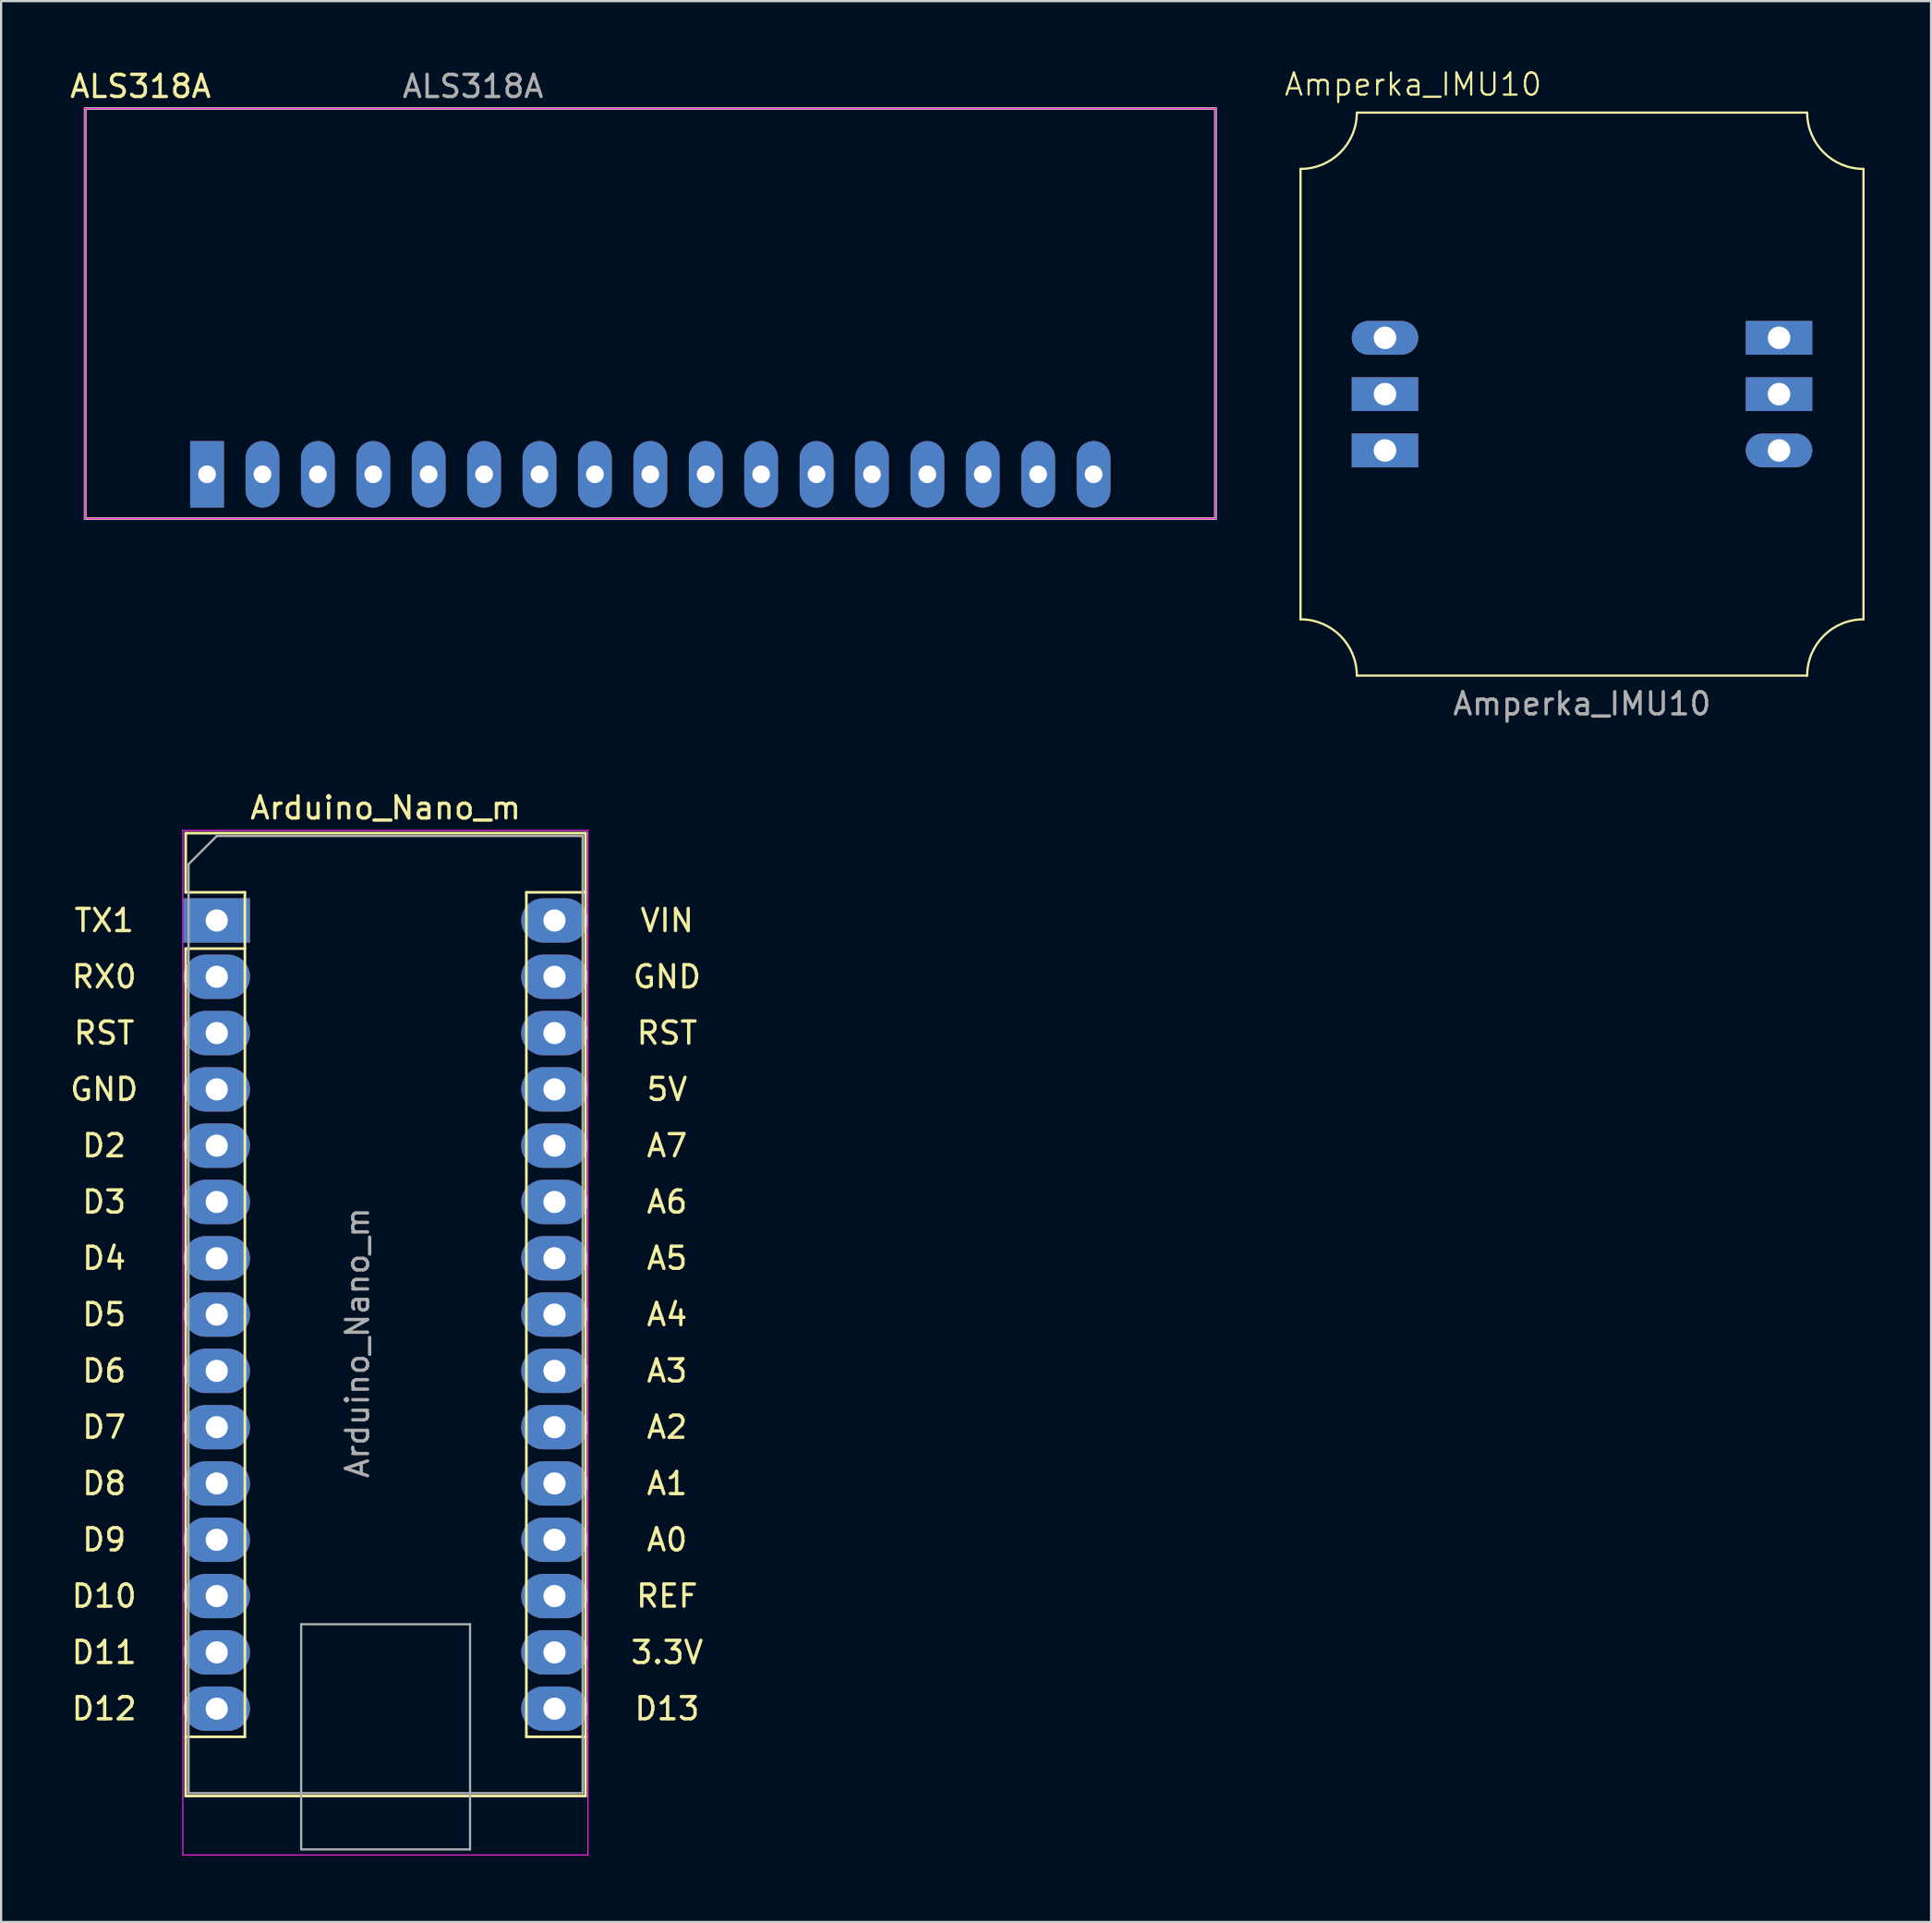
<source format=kicad_pcb>
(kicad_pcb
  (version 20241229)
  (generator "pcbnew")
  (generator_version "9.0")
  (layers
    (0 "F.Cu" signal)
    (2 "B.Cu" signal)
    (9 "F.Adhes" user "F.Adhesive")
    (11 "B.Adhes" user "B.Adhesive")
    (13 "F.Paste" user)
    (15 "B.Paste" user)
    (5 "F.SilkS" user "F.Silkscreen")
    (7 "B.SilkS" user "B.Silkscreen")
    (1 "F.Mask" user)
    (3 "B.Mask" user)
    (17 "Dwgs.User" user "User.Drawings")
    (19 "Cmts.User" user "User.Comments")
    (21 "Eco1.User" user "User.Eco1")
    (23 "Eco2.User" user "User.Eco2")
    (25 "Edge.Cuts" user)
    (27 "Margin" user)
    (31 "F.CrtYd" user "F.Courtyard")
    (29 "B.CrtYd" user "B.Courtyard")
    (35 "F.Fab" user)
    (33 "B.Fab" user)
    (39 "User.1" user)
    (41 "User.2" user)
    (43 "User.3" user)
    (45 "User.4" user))
  (footprint "Arduino_Nano_m"
    (layer "F.Cu")
    (at 6.729 38.477)
    (property "Reference" "Arduino_Nano_m" (at 7.62 -5.08 0) (layer "F.SilkS") (effects (font (size 1 1) (thickness 0.15))))
    (attr through_hole)
    (fp_line (start -1.4 -3.94) (end -1.4 -1.27) (stroke (width 0.12) (type solid)) (layer "F.SilkS"))
    (fp_line (start -1.4 1.27) (end -1.4 39.5) (stroke (width 0.12) (type solid)) (layer "F.SilkS"))
    (fp_line (start -1.4 39.5) (end 16.64 39.5) (stroke (width 0.12) (type solid)) (layer "F.SilkS"))
    (fp_line (start 1.27 -1.27) (end -1.4 -1.27) (stroke (width 0.12) (type solid)) (layer "F.SilkS"))
    (fp_line (start 1.27 1.27) (end -1.4 1.27) (stroke (width 0.12) (type solid)) (layer "F.SilkS"))
    (fp_line (start 1.27 1.27) (end 1.27 -1.27) (stroke (width 0.12) (type solid)) (layer "F.SilkS"))
    (fp_line (start 1.27 1.27) (end 1.27 36.83) (stroke (width 0.12) (type solid)) (layer "F.SilkS"))
    (fp_line (start 1.27 36.83) (end -1.4 36.83) (stroke (width 0.12) (type solid)) (layer "F.SilkS"))
    (fp_line (start 13.97 -1.27) (end 13.97 36.83) (stroke (width 0.12) (type solid)) (layer "F.SilkS"))
    (fp_line (start 13.97 -1.27) (end 16.64 -1.27) (stroke (width 0.12) (type solid)) (layer "F.SilkS"))
    (fp_line (start 13.97 36.83) (end 16.64 36.83) (stroke (width 0.12) (type solid)) (layer "F.SilkS"))
    (fp_line (start 16.64 -3.94) (end -1.4 -3.94) (stroke (width 0.12) (type solid)) (layer "F.SilkS"))
    (fp_line (start 16.64 39.5) (end 16.64 -3.94) (stroke (width 0.12) (type solid)) (layer "F.SilkS"))
    (fp_line (start -1.53 -4.06) (end -1.53 42.16) (stroke (width 0.05) (type solid)) (layer "F.CrtYd"))
    (fp_line (start -1.53 -4.06) (end 16.75 -4.06) (stroke (width 0.05) (type solid)) (layer "F.CrtYd"))
    (fp_line (start 16.75 42.16) (end -1.53 42.16) (stroke (width 0.05) (type solid)) (layer "F.CrtYd"))
    (fp_line (start 16.75 42.16) (end 16.75 -4.06) (stroke (width 0.05) (type solid)) (layer "F.CrtYd"))
    (fp_line (start -1.27 -2.54) (end 0 -3.81) (stroke (width 0.1) (type solid)) (layer "F.Fab"))
    (fp_line (start -1.27 39.37) (end -1.27 -2.54) (stroke (width 0.1) (type solid)) (layer "F.Fab"))
    (fp_line (start 0 -3.81) (end 16.51 -3.81) (stroke (width 0.1) (type solid)) (layer "F.Fab"))
    (fp_line (start 3.81 31.75) (end 11.43 31.75) (stroke (width 0.1) (type solid)) (layer "F.Fab"))
    (fp_line (start 3.81 41.91) (end 3.81 31.75) (stroke (width 0.1) (type solid)) (layer "F.Fab"))
    (fp_line (start 11.43 31.75) (end 11.43 41.91) (stroke (width 0.1) (type solid)) (layer "F.Fab"))
    (fp_line (start 11.43 41.91) (end 3.81 41.91) (stroke (width 0.1) (type solid)) (layer "F.Fab"))
    (fp_line (start 16.51 -3.81) (end 16.51 39.37) (stroke (width 0.1) (type solid)) (layer "F.Fab"))
    (fp_line (start 16.51 39.37) (end -1.27 39.37) (stroke (width 0.1) (type solid)) (layer "F.Fab"))
    (fp_text user "D7" (at -5.08 22.86 0) (layer "F.SilkS") (effects (font (size 1 1) (thickness 0.15))))
    (fp_text user "D6" (at -5.08 20.32 0) (layer "F.SilkS") (effects (font (size 1 1) (thickness 0.15))))
    (fp_text user "5V" (at 20.32 7.62 0) (layer "F.SilkS") (effects (font (size 1 1) (thickness 0.15))))
    (fp_text user "A5" (at 20.32 15.24 0) (layer "F.SilkS") (effects (font (size 1 1) (thickness 0.15))))
    (fp_text user "RST" (at 20.32 5.08 0) (layer "F.SilkS") (effects (font (size 1 1) (thickness 0.15))))
    (fp_text user "RST" (at -5.08 5.08 0) (layer "F.SilkS") (effects (font (size 1 1) (thickness 0.15))))
    (fp_text user "REF" (at 20.32 30.48 0) (layer "F.SilkS") (effects (font (size 1 1) (thickness 0.15))))
    (fp_text user "D4" (at -5.08 15.24 0) (layer "F.SilkS") (effects (font (size 1 1) (thickness 0.15))))
    (fp_text user "A2" (at 20.32 22.86 0) (layer "F.SilkS") (effects (font (size 1 1) (thickness 0.15))))
    (fp_text user "VIN" (at 20.32 0 0) (layer "F.SilkS") (effects (font (size 1 1) (thickness 0.15))))
    (fp_text user "A3" (at 20.32 20.32 0) (layer "F.SilkS") (effects (font (size 1 1) (thickness 0.15))))
    (fp_text user "A6" (at 20.32 12.7 0) (layer "F.SilkS") (effects (font (size 1 1) (thickness 0.15))))
    (fp_text user "GND" (at -5.08 7.62 0) (layer "F.SilkS") (effects (font (size 1 1) (thickness 0.15))))
    (fp_text user "TX1" (at -5.08 0 0) (layer "F.SilkS") (effects (font (size 1 1) (thickness 0.15))))
    (fp_text user "D12" (at -5.08 35.56 0) (layer "F.SilkS") (effects (font (size 1 1) (thickness 0.15))))
    (fp_text user "D8" (at -5.08 25.4 0) (layer "F.SilkS") (effects (font (size 1 1) (thickness 0.15))))
    (fp_text user "RX0" (at -5.08 2.54 0) (layer "F.SilkS") (effects (font (size 1 1) (thickness 0.15))))
    (fp_text user "D5" (at -5.08 17.78 0) (layer "F.SilkS") (effects (font (size 1 1) (thickness 0.15))))
    (fp_text user "D3" (at -5.08 12.7 0) (layer "F.SilkS") (effects (font (size 1 1) (thickness 0.15))))
    (fp_text user "A1" (at 20.32 25.4 0) (layer "F.SilkS") (effects (font (size 1 1) (thickness 0.15))))
    (fp_text user "D11" (at -5.08 33.02 0) (layer "F.SilkS") (effects (font (size 1 1) (thickness 0.15))))
    (fp_text user "3.3V" (at 20.32 33.02 0) (layer "F.SilkS") (effects (font (size 1 1) (thickness 0.15))))
    (fp_text user "D13" (at 20.32 35.56 0) (layer "F.SilkS") (effects (font (size 1 1) (thickness 0.15))))
    (fp_text user "D2" (at -5.08 10.16 0) (layer "F.SilkS") (effects (font (size 1 1) (thickness 0.15))))
    (fp_text user "A0" (at 20.32 27.94 0) (layer "F.SilkS") (effects (font (size 1 1) (thickness 0.15))))
    (fp_text user "GND" (at 20.32 2.54 0) (layer "F.SilkS") (effects (font (size 1 1) (thickness 0.15))))
    (fp_text user "A4" (at 20.32 17.78 0) (layer "F.SilkS") (effects (font (size 1 1) (thickness 0.15))))
    (fp_text user "D9" (at -5.08 27.94 0) (layer "F.SilkS") (effects (font (size 1 1) (thickness 0.15))))
    (fp_text user "A7" (at 20.32 10.16 0) (layer "F.SilkS") (effects (font (size 1 1) (thickness 0.15))))
    (fp_text user "D10" (at -5.08 30.48 0) (layer "F.SilkS") (effects (font (size 1 1) (thickness 0.15))))
    (fp_text user "${REFERENCE}" (at 6.35 19.05 90) (layer "F.Fab") (effects (font (size 1 1) (thickness 0.15))))
    (pad "1" thru_hole rect (at 0 0) (size 3 2) (drill 1) (layers "*.Cu" "*.Mask"))
    (pad "2" thru_hole oval (at 0 2.54) (size 3 2) (drill 1) (layers "*.Cu" "*.Mask"))
    (pad "3" thru_hole oval (at 0 5.08) (size 3 2) (drill 1) (layers "*.Cu" "*.Mask"))
    (pad "4" thru_hole oval (at 0 7.62) (size 3 2) (drill 1) (layers "*.Cu" "*.Mask"))
    (pad "5" thru_hole oval (at 0 10.16) (size 3 2) (drill 1) (layers "*.Cu" "*.Mask"))
    (pad "6" thru_hole oval (at 0 12.7) (size 3 2) (drill 1) (layers "*.Cu" "*.Mask"))
    (pad "7" thru_hole oval (at 0 15.24) (size 3 2) (drill 1) (layers "*.Cu" "*.Mask"))
    (pad "8" thru_hole oval (at 0 17.78) (size 3 2) (drill 1) (layers "*.Cu" "*.Mask"))
    (pad "9" thru_hole oval (at 0 20.32) (size 3 2) (drill 1) (layers "*.Cu" "*.Mask"))
    (pad "10" thru_hole oval (at 0 22.86) (size 3 2) (drill 1) (layers "*.Cu" "*.Mask"))
    (pad "11" thru_hole oval (at 0 25.4) (size 3 2) (drill 1) (layers "*.Cu" "*.Mask"))
    (pad "12" thru_hole oval (at 0 27.94) (size 3 2) (drill 1) (layers "*.Cu" "*.Mask"))
    (pad "13" thru_hole oval (at 0 30.48) (size 3 2) (drill 1) (layers "*.Cu" "*.Mask"))
    (pad "14" thru_hole oval (at 0 33.02) (size 3 2) (drill 1) (layers "*.Cu" "*.Mask"))
    (pad "15" thru_hole oval (at 0 35.56) (size 3 2) (drill 1) (layers "*.Cu" "*.Mask"))
    (pad "16" thru_hole oval (at 15.24 35.56) (size 3 2) (drill 1) (layers "*.Cu" "*.Mask"))
    (pad "17" thru_hole oval (at 15.24 33.02) (size 3 2) (drill 1) (layers "*.Cu" "*.Mask"))
    (pad "18" thru_hole oval (at 15.24 30.48) (size 3 2) (drill 1) (layers "*.Cu" "*.Mask"))
    (pad "19" thru_hole oval (at 15.24 27.94) (size 3 2) (drill 1) (layers "*.Cu" "*.Mask"))
    (pad "20" thru_hole oval (at 15.24 25.4) (size 3 2) (drill 1) (layers "*.Cu" "*.Mask"))
    (pad "21" thru_hole oval (at 15.24 22.86) (size 3 2) (drill 1) (layers "*.Cu" "*.Mask"))
    (pad "22" thru_hole oval (at 15.24 20.32) (size 3 2) (drill 1) (layers "*.Cu" "*.Mask"))
    (pad "23" thru_hole oval (at 15.24 17.78) (size 3 2) (drill 1) (layers "*.Cu" "*.Mask"))
    (pad "24" thru_hole oval (at 15.24 15.24) (size 3 2) (drill 1) (layers "*.Cu" "*.Mask"))
    (pad "25" thru_hole oval (at 15.24 12.7) (size 3 2) (drill 1) (layers "*.Cu" "*.Mask"))
    (pad "26" thru_hole oval (at 15.24 10.16) (size 3 2) (drill 1) (layers "*.Cu" "*.Mask"))
    (pad "27" thru_hole oval (at 15.24 7.62) (size 3 2) (drill 1) (layers "*.Cu" "*.Mask"))
    (pad "28" thru_hole oval (at 15.24 5.08) (size 3 2) (drill 1) (layers "*.Cu" "*.Mask"))
    (pad "29" thru_hole oval (at 15.24 2.54) (size 3 2) (drill 1) (layers "*.Cu" "*.Mask"))
    (pad "30" thru_hole oval (at 15.24 0) (size 3 2) (drill 1) (layers "*.Cu" "*.Mask")))
  (footprint "ALS318A"
    (layer "F.Cu")
    (at 6.292 18.348)
    (property "Reference" "ALS318A" (at -3 -17.5 0) (unlocked yes) (layer "F.SilkS") (effects (font (size 1 1) (thickness 0.15))))
    (attr through_hole)
    (fp_line (start -5.5 -16.5) (end 45.5 -16.5) (stroke (width 0.12) (type solid)) (layer "F.SilkS"))
    (fp_line (start -5.5 2) (end -5.5 -16.5) (stroke (width 0.12) (type solid)) (layer "F.SilkS"))
    (fp_line (start 45.5 -16.5) (end 45.5 2) (stroke (width 0.12) (type solid)) (layer "F.SilkS"))
    (fp_line (start 45.5 2) (end -5.5 2) (stroke (width 0.12) (type solid)) (layer "F.SilkS"))
    (fp_line (start -5.5 -16.5) (end 45.5 -16.5) (stroke (width 0.05) (type solid)) (layer "F.CrtYd"))
    (fp_line (start -5.5 2) (end -5.5 -16.5) (stroke (width 0.05) (type solid)) (layer "F.CrtYd"))
    (fp_line (start 45.5 -16.5) (end 45.5 2) (stroke (width 0.05) (type solid)) (layer "F.CrtYd"))
    (fp_line (start 45.5 2) (end -5.5 2) (stroke (width 0.05) (type solid)) (layer "F.CrtYd"))
    (fp_line (start -5.5 -16.5) (end -5.5 2) (stroke (width 0.1) (type solid)) (layer "F.Fab"))
    (fp_line (start -5.5 2) (end 45.5 2) (stroke (width 0.1) (type solid)) (layer "F.Fab"))
    (fp_line (start 45.5 -16.5) (end -5.5 -16.5) (stroke (width 0.1) (type solid)) (layer "F.Fab"))
    (fp_line (start 45.5 2) (end 45.5 -16.5) (stroke (width 0.1) (type solid)) (layer "F.Fab"))
    (fp_text user "${REFERENCE}" (at 12 -17.5 0) (unlocked yes) (layer "F.Fab") (effects (font (size 1 1) (thickness 0.15))))
    (pad "1" thru_hole rect (at 0 0) (size 1.524 3) (drill 0.8) (layers "*.Cu" "*.Mask"))
    (pad "2" thru_hole oval (at 2.5 0) (size 1.524 3) (drill 0.8) (layers "*.Cu" "*.Mask"))
    (pad "3" thru_hole oval (at 5 0) (size 1.524 3) (drill 0.8) (layers "*.Cu" "*.Mask"))
    (pad "4" thru_hole oval (at 7.5 0) (size 1.524 3) (drill 0.8) (layers "*.Cu" "*.Mask"))
    (pad "5" thru_hole oval (at 10 0) (size 1.524 3) (drill 0.8) (layers "*.Cu" "*.Mask"))
    (pad "6" thru_hole oval (at 12.5 0) (size 1.524 3) (drill 0.8) (layers "*.Cu" "*.Mask"))
    (pad "7" thru_hole oval (at 15 0) (size 1.524 3) (drill 0.8) (layers "*.Cu" "*.Mask"))
    (pad "8" thru_hole oval (at 17.5 0) (size 1.524 3) (drill 0.8) (layers "*.Cu" "*.Mask"))
    (pad "9" thru_hole oval (at 20 0) (size 1.524 3) (drill 0.8) (layers "*.Cu" "*.Mask"))
    (pad "10" thru_hole oval (at 22.5 0) (size 1.524 3) (drill 0.8) (layers "*.Cu" "*.Mask"))
    (pad "11" thru_hole oval (at 25 0) (size 1.524 3) (drill 0.8) (layers "*.Cu" "*.Mask"))
    (pad "12" thru_hole oval (at 27.5 0) (size 1.524 3) (drill 0.8) (layers "*.Cu" "*.Mask"))
    (pad "13" thru_hole oval (at 30 0) (size 1.524 3) (drill 0.8) (layers "*.Cu" "*.Mask"))
    (pad "14" thru_hole oval (at 32.5 0) (size 1.524 3) (drill 0.8) (layers "*.Cu" "*.Mask"))
    (pad "15" thru_hole oval (at 35 0) (size 1.524 3) (drill 0.8) (layers "*.Cu" "*.Mask"))
    (pad "16" thru_hole oval (at 37.5 0) (size 1.524 3) (drill 0.8) (layers "*.Cu" "*.Mask"))
    (pad "17" thru_hole oval (at 40 0) (size 1.524 3) (drill 0.8) (layers "*.Cu" "*.Mask")))
  (footprint "Amperka_IMU10"
    (layer "F.Cu")
    (at 59.441 12.191)
    (property "Reference" "Amperka_IMU10" (at 1.27 -11.43 0) (unlocked yes) (layer "F.SilkS") (effects (font (size 1 1) (thickness 0.1))))
    (attr through_hole)
    (fp_line (start -3.81 12.7) (end -3.81 -7.62) (stroke (width 0.1) (type default)) (layer "F.SilkS"))
    (fp_line (start -1.27 -10.16) (end 19.05 -10.16) (stroke (width 0.1) (type default)) (layer "F.SilkS"))
    (fp_line (start 19.05 15.24) (end -1.27 15.24) (stroke (width 0.1) (type default)) (layer "F.SilkS"))
    (fp_line (start 21.59 -7.62) (end 21.59 12.7) (stroke (width 0.1) (type default)) (layer "F.SilkS"))
    (fp_arc (start -3.81 12.7) (mid -2.013949 13.443949) (end -1.27 15.24) (stroke (width 0.1) (type default)) (layer "F.SilkS"))
    (fp_arc (start -1.27 -10.16) (mid -2.013949 -8.363949) (end -3.81 -7.62) (stroke (width 0.1) (type default)) (layer "F.SilkS"))
    (fp_arc (start 19.05 15.24) (mid 19.793949 13.443949) (end 21.59 12.7) (stroke (width 0.1) (type default)) (layer "F.SilkS"))
    (fp_arc (start 21.59 -7.62) (mid 19.793949 -8.363949) (end 19.05 -10.16) (stroke (width 0.1) (type default)) (layer "F.SilkS"))
    (fp_text user "${REFERENCE}" (at 8.89 16.51 0) (unlocked yes) (layer "F.Fab") (effects (font (size 1 1) (thickness 0.15))))
    (pad "1" thru_hole oval (at 0 0) (size 3 1.524) (drill 1.016) (layers "*.Cu" "*.Mask"))
    (pad "2" thru_hole rect (at 0 2.54) (size 3 1.524) (drill 1.016) (layers "*.Cu" "*.Mask"))
    (pad "3" thru_hole rect (at 0 5.08) (size 3 1.524) (drill 1.016) (layers "*.Cu" "*.Mask"))
    (pad "4" thru_hole oval (at 17.78 5.08) (size 3 1.524) (drill 1.016) (layers "*.Cu" "*.Mask"))
    (pad "5" thru_hole rect (at 17.78 2.54) (size 3 1.524) (drill 1.016) (layers "*.Cu" "*.Mask"))
    (pad "6" thru_hole rect (at 17.78 0) (size 3 1.524) (drill 1.016) (layers "*.Cu" "*.Mask")))
  (gr_rect
    (start -3 -3)
    (end 84.081 83.662)
    (stroke (width 0.1) (type default))
    (fill no)
    (layer "Edge.Cuts")))
</source>
